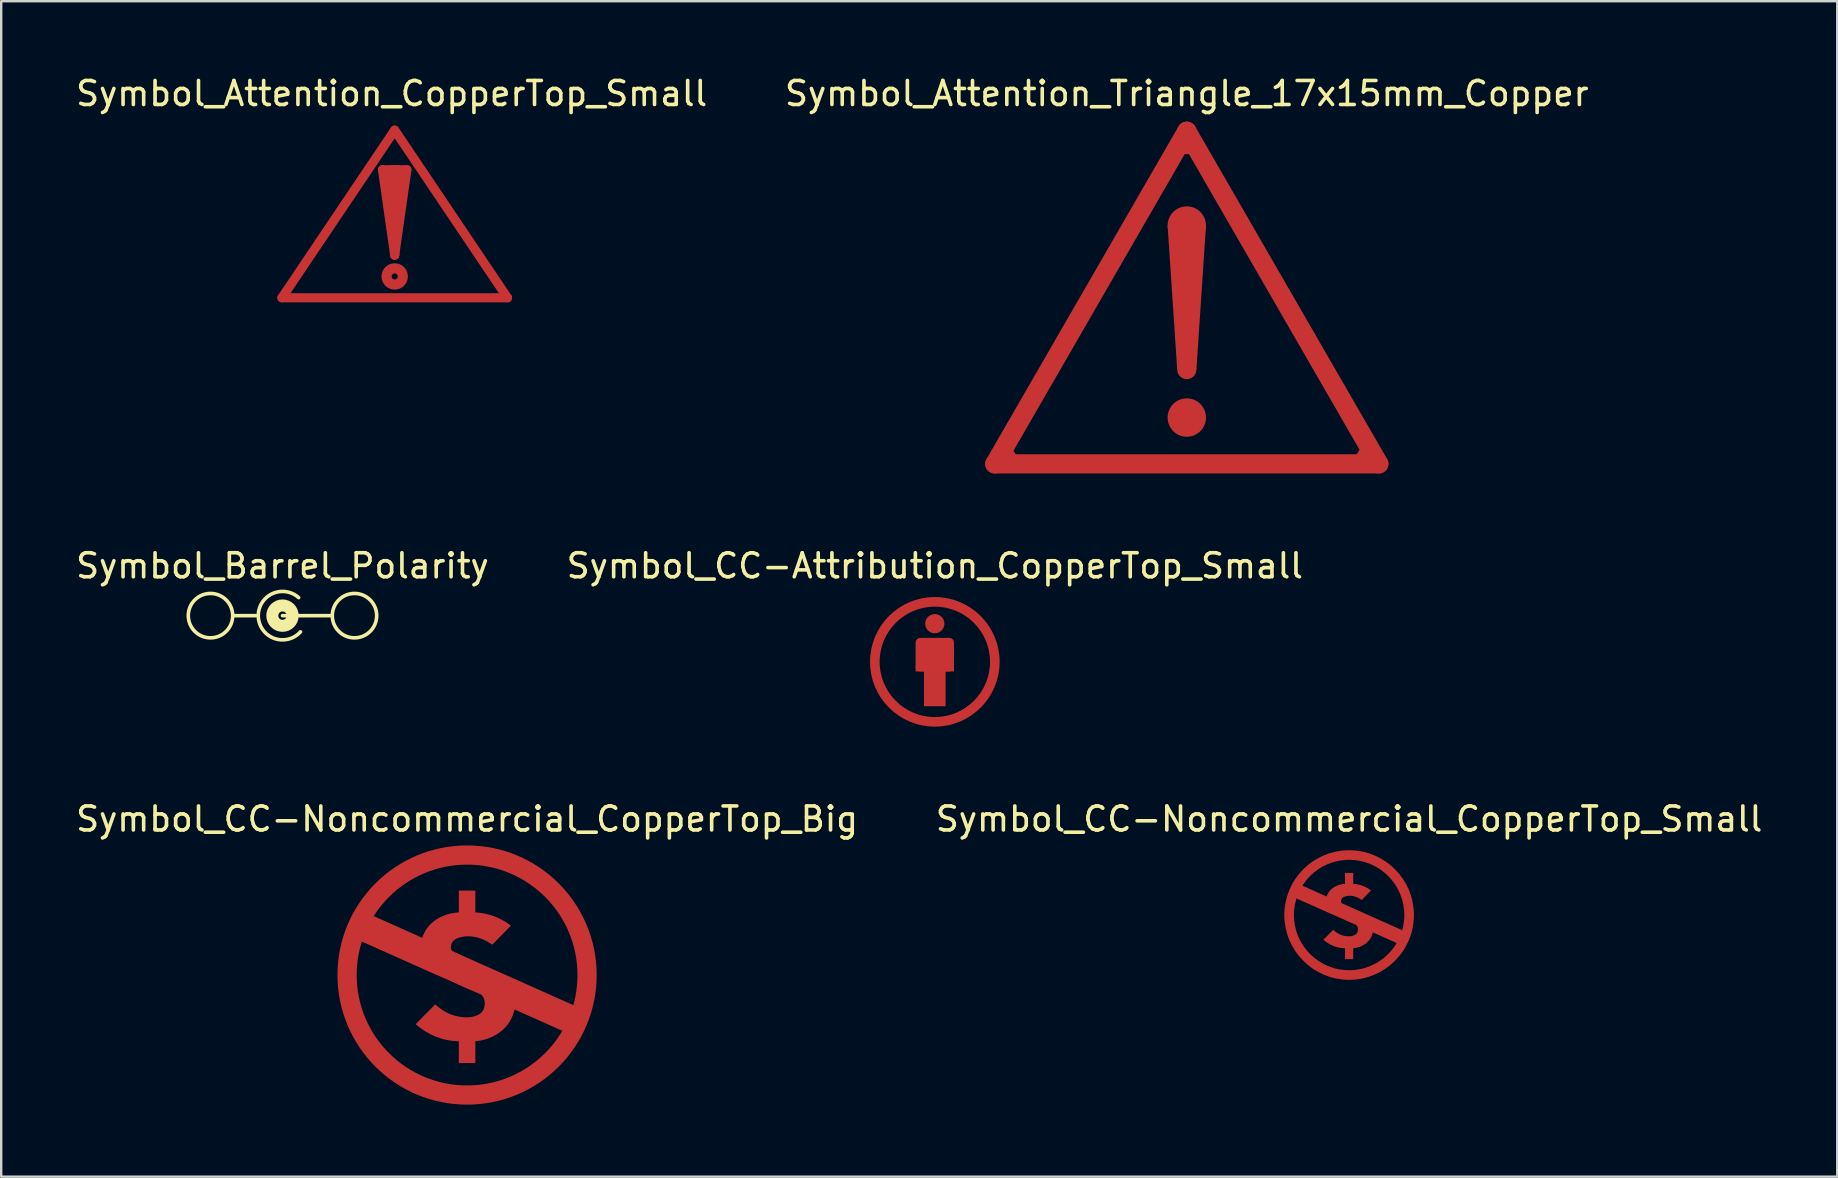
<source format=kicad_pcb>
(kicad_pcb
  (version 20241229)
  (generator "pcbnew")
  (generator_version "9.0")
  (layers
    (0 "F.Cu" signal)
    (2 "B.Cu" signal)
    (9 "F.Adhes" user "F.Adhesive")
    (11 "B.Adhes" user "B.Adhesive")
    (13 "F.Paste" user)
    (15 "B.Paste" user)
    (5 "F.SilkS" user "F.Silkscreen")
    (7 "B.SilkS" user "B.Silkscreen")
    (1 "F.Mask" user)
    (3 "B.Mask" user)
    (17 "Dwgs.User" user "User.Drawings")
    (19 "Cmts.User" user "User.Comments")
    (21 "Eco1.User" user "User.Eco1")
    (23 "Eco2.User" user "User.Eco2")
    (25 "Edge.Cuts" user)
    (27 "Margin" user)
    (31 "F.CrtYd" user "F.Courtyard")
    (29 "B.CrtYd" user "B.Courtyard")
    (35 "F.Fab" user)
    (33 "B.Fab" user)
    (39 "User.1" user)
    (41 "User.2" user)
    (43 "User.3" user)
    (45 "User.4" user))
  (footprint "Symbol_CC-Noncommercial_CopperTop_Big"
    (layer "F.Cu")
    (at 16.411 37.575)
    (property "Reference" "Symbol_CC-Noncommercial_CopperTop_Big" (at 0 -6.5 0) (layer "F.SilkS") (effects (font (size 1 1) (thickness 0.15))))
    (attr board_only exclude_from_pos_files exclude_from_bom allow_missing_courtyard)
    (fp_circle (center 0 0) (end 5 0) (stroke (width 0.8) (type default)) (fill no) (layer "F.Cu"))
    (fp_poly (pts (xy 0.344 -2.609) (xy 0.446 -2.602) (xy 0.546 -2.591) (xy 0.645 -2.576) (xy 0.743 -2.558) (xy 0.839 -2.537) (xy 0.935 -2.511) (xy 1.029 -2.482) (xy 1.122 -2.45) (xy 1.214 -2.414) (xy 1.305 -2.374) (xy 1.395 -2.33) (xy 1.483 -2.283) (xy 1.571 -2.233) (xy 1.657 -2.178) (xy 1.742 -2.12) (xy 1.826 -2.058) (xy 1.053 -1.265) (xy 0.991 -1.307) (xy 0.929 -1.347) (xy 0.866 -1.383) (xy 0.803 -1.417) (xy 0.74 -1.449) (xy 0.677 -1.477) (xy 0.614 -1.503) (xy 0.551 -1.527) (xy 0.487 -1.547) (xy 0.423 -1.565) (xy 0.359 -1.58) (xy 0.295 -1.592) (xy 0.231 -1.602) (xy 0.167 -1.608) (xy 0.102 -1.612) (xy 0.037 -1.614) (xy 0.003 -1.613) (xy -0.031 -1.612) (xy -0.064 -1.61) (xy -0.097 -1.607) (xy -0.129 -1.603) (xy -0.161 -1.599) (xy -0.192 -1.593) (xy -0.223 -1.587) (xy -0.254 -1.58) (xy -0.284 -1.572) (xy -0.313 -1.564) (xy -0.343 -1.554) (xy -0.371 -1.544) (xy -0.399 -1.533) (xy -0.427 -1.521) (xy -0.455 -1.508) (xy -0.468 -1.501) (xy -0.481 -1.494) (xy -0.493 -1.487) (xy -0.505 -1.479) (xy -0.517 -1.471) (xy -0.528 -1.463) (xy -0.539 -1.455) (xy -0.549 -1.446) (xy -0.559 -1.437) (xy -0.569 -1.427) (xy -0.578 -1.418) (xy -0.587 -1.408) (xy -0.595 -1.398) (xy -0.603 -1.387) (xy -0.61 -1.376) (xy -0.617 -1.365) (xy -0.624 -1.354) (xy -0.63 -1.342) (xy -0.636 -1.33) (xy -0.641 -1.318) (xy -0.646 -1.305) (xy -0.65 -1.292) (xy -0.654 -1.279) (xy -0.658 -1.266) (xy -0.661 -1.252) (xy -0.664 -1.238) (xy -0.666 -1.224) (xy -0.668 -1.209) (xy -0.67 -1.194) (xy -0.671 -1.179) (xy -0.672 -1.148) (xy -0.671 -1.139) (xy -0.671 -1.13) (xy -0.67 -1.12) (xy -0.668 -1.111) (xy -0.666 -1.102) (xy -0.664 -1.093) (xy -0.662 -1.083) (xy -0.658 -1.074) (xy -0.655 -1.065) (xy -0.651 -1.056) (xy -0.647 -1.046) (xy -0.642 -1.037) (xy -0.637 -1.028) (xy -0.631 -1.019) (xy -0.625 -1.009) (xy -0.619 -1) (xy 0.133 -0.661) (xy 0.651 -0.428) (xy 1.604 -0.005) (xy 4.641 1.35) (xy 4.207 2.429) (xy 1.974 1.434) (xy 1.958 1.503) (xy 1.939 1.571) (xy 1.918 1.637) (xy 1.894 1.702) (xy 1.868 1.765) (xy 1.839 1.826) (xy 1.808 1.885) (xy 1.774 1.943) (xy 1.737 2) (xy 1.698 2.055) (xy 1.656 2.108) (xy 1.611 2.159) (xy 1.564 2.209) (xy 1.515 2.258) (xy 1.462 2.304) (xy 1.408 2.349) (xy 1.351 2.392) (xy 1.292 2.433) (xy 1.233 2.472) (xy 1.172 2.508) (xy 1.11 2.541) (xy 1.047 2.573) (xy 0.982 2.602) (xy 0.916 2.629) (xy 0.849 2.653) (xy 0.781 2.675) (xy 0.711 2.694) (xy 0.64 2.712) (xy 0.568 2.726) (xy 0.495 2.739) (xy 0.42 2.749) (xy 0.344 2.757) (xy 0.344 3.667) (xy -0.344 3.667) (xy -0.344 2.757) (xy -0.467 2.753) (xy -0.588 2.744) (xy -0.707 2.729) (xy -0.826 2.709) (xy -0.943 2.683) (xy -1.059 2.652) (xy -1.173 2.616) (xy -1.286 2.575) (xy -1.398 2.528) (xy -1.508 2.475) (xy -1.618 2.417) (xy -1.725 2.354) (xy -1.832 2.286) (xy -1.937 2.212) (xy -2.041 2.133) (xy -2.143 2.048) (xy -1.328 1.223) (xy -1.255 1.288) (xy -1.18 1.349) (xy -1.105 1.406) (xy -1.028 1.459) (xy -0.949 1.507) (xy -0.87 1.551) (xy -0.789 1.591) (xy -0.707 1.627) (xy -0.623 1.659) (xy -0.539 1.686) (xy -0.453 1.709) (xy -0.366 1.728) (xy -0.278 1.743) (xy -0.188 1.754) (xy -0.097 1.76) (xy -0.005 1.762) (xy 0.033 1.761) (xy 0.07 1.76) (xy 0.106 1.757) (xy 0.142 1.753) (xy 0.178 1.749) (xy 0.212 1.743) (xy 0.246 1.736) (xy 0.279 1.728) (xy 0.311 1.719) (xy 0.343 1.708) (xy 0.374 1.697) (xy 0.404 1.685) (xy 0.434 1.671) (xy 0.463 1.657) (xy 0.491 1.641) (xy 0.519 1.624) (xy 0.532 1.616) (xy 0.545 1.607) (xy 0.557 1.597) (xy 0.57 1.587) (xy 0.581 1.577) (xy 0.592 1.567) (xy 0.603 1.556) (xy 0.614 1.545) (xy 0.624 1.533) (xy 0.633 1.521) (xy 0.642 1.509) (xy 0.651 1.496) (xy 0.659 1.483) (xy 0.667 1.47) (xy 0.674 1.456) (xy 0.681 1.442) (xy 0.688 1.428) (xy 0.694 1.413) (xy 0.7 1.398) (xy 0.705 1.382) (xy 0.71 1.367) (xy 0.715 1.35) (xy 0.719 1.334) (xy 0.722 1.317) (xy 0.728 1.282) (xy 0.732 1.246) (xy 0.735 1.208) (xy 0.736 1.169) (xy 0.735 1.142) (xy 0.733 1.115) (xy 0.73 1.089) (xy 0.726 1.063) (xy 0.72 1.039) (xy 0.713 1.014) (xy 0.705 0.991) (xy 0.696 0.968) (xy 0.685 0.946) (xy 0.674 0.925) (xy 0.661 0.904) (xy 0.646 0.884) (xy 0.631 0.864) (xy 0.614 0.845) (xy 0.596 0.827) (xy 0.577 0.809) (xy 0.005 0.566) (xy -0.693 0.248) (xy -1.635 -0.165) (xy -4.662 -1.519) (xy -4.133 -2.566) (xy -1.868 -1.55) (xy -1.848 -1.608) (xy -1.827 -1.664) (xy -1.803 -1.719) (xy -1.777 -1.772) (xy -1.749 -1.823) (xy -1.719 -1.874) (xy -1.687 -1.922) (xy -1.653 -1.97) (xy -1.617 -2.016) (xy -1.579 -2.06) (xy -1.539 -2.103) (xy -1.497 -2.145) (xy -1.452 -2.185) (xy -1.406 -2.223) (xy -1.357 -2.261) (xy -1.307 -2.296) (xy -1.255 -2.331) (xy -1.201 -2.363) (xy -1.147 -2.393) (xy -1.092 -2.421) (xy -1.035 -2.447) (xy -0.978 -2.472) (xy -0.919 -2.494) (xy -0.86 -2.515) (xy -0.799 -2.533) (xy -0.737 -2.55) (xy -0.674 -2.564) (xy -0.61 -2.577) (xy -0.545 -2.588) (xy -0.479 -2.597) (xy -0.412 -2.604) (xy -0.344 -2.609) (xy -0.344 -3.519) (xy 0.344 -3.519)) (stroke (width 0) (type solid)) (fill yes) (layer "F.Cu")))
  (footprint "Symbol_Attention_CopperTop_Small"
    (layer "F.Cu")
    (at 13.395 6.563)
    (property "Reference" "Symbol_Attention_CopperTop_Small" (at -0.127 -5.715 0) (layer "F.SilkS") (effects (font (size 1 1) (thickness 0.15))))
    (attr exclude_from_pos_files exclude_from_bom)
    (fp_line (start -4.699 2.794) (end 0 -4.191) (stroke (width 0.381) (type solid)) (layer "F.Cu"))
    (fp_line (start -0.508 -2.54) (end 0 -2.54) (stroke (width 0.381) (type solid)) (layer "F.Cu"))
    (fp_line (start 0 -4.191) (end 4.699 2.794) (stroke (width 0.381) (type solid)) (layer "F.Cu"))
    (fp_line (start 0 -2.54) (end 0.508 -2.54) (stroke (width 0.381) (type solid)) (layer "F.Cu"))
    (fp_line (start 0 0.889) (end 0.127 -2.54) (stroke (width 0.381) (type solid)) (layer "F.Cu"))
    (fp_line (start 0 1.016) (end -0.508 -2.54) (stroke (width 0.381) (type solid)) (layer "F.Cu"))
    (fp_line (start 0 1.016) (end -0.127 -2.54) (stroke (width 0.381) (type solid)) (layer "F.Cu"))
    (fp_line (start 0.508 -2.54) (end 0 1.016) (stroke (width 0.381) (type solid)) (layer "F.Cu"))
    (fp_line (start 4.699 2.794) (end -4.699 2.794) (stroke (width 0.381) (type solid)) (layer "F.Cu"))
    (fp_circle (center 0 1.905) (end 0 2.032) (stroke (width 0.381) (type solid)) (fill no) (layer "F.Cu"))
    (fp_circle (center 0 1.905) (end 0.254 2.159) (stroke (width 0.381) (type solid)) (fill no) (layer "F.Cu")))
  (footprint "Symbol_Barrel_Polarity"
    (layer "F.Cu")
    (at 8.72 22.526)
    (property "Reference" "Symbol_Barrel_Polarity" (at 0 -2 0) (layer "F.SilkS") (effects (font (size 1 1) (thickness 0.15))))
    (attr board_only exclude_from_pos_files exclude_from_bom allow_missing_courtyard)
    (fp_line (start -2 0.075) (end -1.1 0.075) (stroke (width 0.15) (type solid)) (layer "F.SilkS"))
    (fp_line (start 0 0.075) (end 2 0.075) (stroke (width 0.15) (type solid)) (layer "F.SilkS"))
    (fp_arc (start 0.75 0.75) (mid -1.007627 0.128033) (end 0.675 -0.675) (stroke (width 0.15) (type solid)) (layer "F.SilkS"))
    (fp_circle (center -3 0.075) (end -3 1) (stroke (width 0.15) (type solid)) (fill no) (layer "F.SilkS"))
    (fp_circle (center 0 0.075) (end 0 0.25) (stroke (width 0.5) (type solid)) (fill no) (layer "F.SilkS"))
    (fp_circle (center 3 0.075) (end 3 1) (stroke (width 0.15) (type solid)) (fill no) (layer "F.SilkS")))
  (footprint "Symbol_CC-Attribution_CopperTop_Small"
    (layer "F.Cu")
    (at 35.899 24.526)
    (property "Reference" "Symbol_CC-Attribution_CopperTop_Small" (at 0 -4 0) (layer "F.SilkS") (effects (font (size 1 1) (thickness 0.15))))
    (attr board_only exclude_from_pos_files exclude_from_bom allow_missing_courtyard)
    (fp_rect (start -0.8 0.2) (end 0.8 0.4) (stroke (width 0) (type solid)) (fill yes) (layer "F.Cu"))
    (fp_rect (start -0.6 -0.8) (end 0.6 0.2) (stroke (width 0.4) (type solid)) (fill yes) (layer "F.Cu"))
    (fp_rect (start -0.45 0) (end 0.45 1.85) (stroke (width 0) (type solid)) (fill yes) (layer "F.Cu"))
    (fp_circle (center 0 -1.59) (end 0.3 -1.59) (stroke (width 0.2) (type solid)) (fill yes) (layer "F.Cu"))
    (fp_circle (center 0.001 0) (end 2.501 0) (stroke (width 0.4) (type default)) (fill no) (layer "F.Cu")))
  (footprint "Symbol_Attention_Triangle_17x15mm_Copper"
    (layer "F.Cu")
    (at 46.399 9.348)
    (property "Reference" "Symbol_Attention_Triangle_17x15mm_Copper" (at 0 -8.5 0) (layer "F.SilkS") (effects (font (size 1 1) (thickness 0.15))))
    (attr board_only exclude_from_pos_files exclude_from_bom allow_missing_courtyard)
    (fp_line (start -8 6.93) (end 0 -6.93) (stroke (width 0.8) (type solid)) (layer "F.Cu"))
    (fp_line (start -7.137 6.705) (end -7.403 6.295) (stroke (width 0.2) (type default)) (layer "F.Cu"))
    (fp_line (start -0.27 -6.08) (end 0.25 -6.08) (stroke (width 0.2) (type default)) (layer "F.Cu"))
    (fp_line (start 7.097 6.685) (end 7.363 6.275) (stroke (width 0.2) (type default)) (layer "F.Cu"))
    (fp_line (start 8 6.93) (end -8 6.93) (stroke (width 0.8) (type solid)) (layer "F.Cu"))
    (fp_line (start 8 6.93) (end 0 -6.93) (stroke (width 0.8) (type solid)) (layer "F.Cu"))
    (fp_line (start 8 6.93) (end 7.55 6.15) (stroke (width 0.2) (type default)) (layer "F.Cu"))
    (fp_circle (center 0 -3) (end 0.8 -3) (stroke (width 0) (type solid)) (fill yes) (layer "F.Cu"))
    (fp_circle (center 0 3) (end 0.4 3) (stroke (width 0) (type solid)) (fill yes) (layer "F.Cu"))
    (fp_circle (center 0 5) (end 0.8 5) (stroke (width 0) (type solid)) (fill yes) (layer "F.Cu"))
    (fp_poly (pts (xy -0.4 3) (xy 0.4 3) (xy 0.8 -3) (xy -0.8 -3)) (stroke (width 0) (type solid)) (fill yes) (layer "F.Cu")))
  (footprint "Symbol_CC-Noncommercial_CopperTop_Small"
    (layer "F.Cu")
    (at 53.161 35.075)
    (property "Reference" "Symbol_CC-Noncommercial_CopperTop_Small" (at 0 -4 0) (layer "F.SilkS") (effects (font (size 1 1) (thickness 0.15))))
    (attr board_only exclude_from_pos_files exclude_from_bom allow_missing_courtyard)
    (fp_circle (center 0.001 0) (end 2.501 0) (stroke (width 0.4) (type default)) (fill no) (layer "F.Cu"))
    (fp_poly (pts (xy 0.172 -1.299) (xy 0.222 -1.296) (xy 0.272 -1.29) (xy 0.322 -1.283) (xy 0.371 -1.274) (xy 0.419 -1.263) (xy 0.467 -1.25) (xy 0.514 -1.236) (xy 0.561 -1.22) (xy 0.607 -1.202) (xy 0.652 -1.182) (xy 0.697 -1.16) (xy 0.741 -1.136) (xy 0.785 -1.111) (xy 0.828 -1.084) (xy 0.871 -1.055) (xy 0.912 -1.024) (xy 0.526 -0.627) (xy 0.495 -0.648) (xy 0.464 -0.668) (xy 0.432 -0.686) (xy 0.401 -0.703) (xy 0.37 -0.719) (xy 0.338 -0.733) (xy 0.306 -0.746) (xy 0.275 -0.758) (xy 0.243 -0.768) (xy 0.211 -0.777) (xy 0.179 -0.785) (xy 0.147 -0.791) (xy 0.115 -0.795) (xy 0.083 -0.799) (xy 0.051 -0.801) (xy 0.018 -0.802) (xy 0.001 -0.801) (xy -0.016 -0.801) (xy -0.032 -0.8) (xy -0.049 -0.798) (xy -0.065 -0.796) (xy -0.081 -0.794) (xy -0.097 -0.791) (xy -0.112 -0.788) (xy -0.127 -0.785) (xy -0.142 -0.781) (xy -0.157 -0.777) (xy -0.172 -0.772) (xy -0.186 -0.767) (xy -0.2 -0.761) (xy -0.214 -0.755) (xy -0.228 -0.749) (xy -0.235 -0.745) (xy -0.241 -0.742) (xy -0.247 -0.738) (xy -0.253 -0.734) (xy -0.259 -0.73) (xy -0.265 -0.726) (xy -0.27 -0.722) (xy -0.275 -0.718) (xy -0.28 -0.713) (xy -0.285 -0.708) (xy -0.29 -0.704) (xy -0.294 -0.699) (xy -0.298 -0.694) (xy -0.302 -0.688) (xy -0.306 -0.683) (xy -0.309 -0.677) (xy -0.313 -0.672) (xy -0.316 -0.666) (xy -0.318 -0.66) (xy -0.321 -0.654) (xy -0.324 -0.647) (xy -0.326 -0.641) (xy -0.328 -0.634) (xy -0.33 -0.628) (xy -0.331 -0.621) (xy -0.333 -0.614) (xy -0.334 -0.607) (xy -0.335 -0.599) (xy -0.335 -0.592) (xy -0.336 -0.584) (xy -0.336 -0.569) (xy -0.336 -0.564) (xy -0.336 -0.56) (xy -0.335 -0.555) (xy -0.335 -0.55) (xy -0.334 -0.546) (xy -0.333 -0.541) (xy -0.331 -0.536) (xy -0.33 -0.532) (xy -0.328 -0.527) (xy -0.326 -0.523) (xy -0.324 -0.518) (xy -0.322 -0.513) (xy -0.319 -0.509) (xy -0.316 -0.504) (xy -0.313 -0.499) (xy -0.31 -0.495) (xy 0.066 -0.325) (xy 0.325 -0.209) (xy 0.801 0.003) (xy 2.32 0.68) (xy 2.103 1.22) (xy 0.986 0.722) (xy 0.978 0.757) (xy 0.969 0.791) (xy 0.959 0.824) (xy 0.947 0.856) (xy 0.934 0.888) (xy 0.919 0.918) (xy 0.903 0.948) (xy 0.886 0.977) (xy 0.868 1.005) (xy 0.848 1.033) (xy 0.827 1.059) (xy 0.805 1.085) (xy 0.782 1.11) (xy 0.757 1.134) (xy 0.731 1.157) (xy 0.703 1.18) (xy 0.675 1.201) (xy 0.646 1.222) (xy 0.616 1.241) (xy 0.586 1.259) (xy 0.554 1.276) (xy 0.523 1.292) (xy 0.491 1.306) (xy 0.458 1.32) (xy 0.424 1.332) (xy 0.39 1.343) (xy 0.355 1.352) (xy 0.32 1.361) (xy 0.283 1.368) (xy 0.247 1.375) (xy 0.209 1.38) (xy 0.171 1.384) (xy 0.171 1.839) (xy -0.173 1.839) (xy -0.173 1.384) (xy -0.234 1.382) (xy -0.294 1.377) (xy -0.354 1.37) (xy -0.413 1.36) (xy -0.472 1.347) (xy -0.53 1.331) (xy -0.587 1.313) (xy -0.644 1.293) (xy -0.7 1.269) (xy -0.755 1.243) (xy -0.809 1.214) (xy -0.863 1.182) (xy -0.916 1.148) (xy -0.969 1.111) (xy -1.021 1.072) (xy -1.072 1.029) (xy -0.665 0.617) (xy -0.628 0.649) (xy -0.591 0.68) (xy -0.553 0.708) (xy -0.514 0.735) (xy -0.475 0.759) (xy -0.435 0.781) (xy -0.395 0.801) (xy -0.354 0.819) (xy -0.312 0.835) (xy -0.27 0.848) (xy -0.227 0.86) (xy -0.184 0.869) (xy -0.139 0.877) (xy -0.095 0.882) (xy -0.049 0.885) (xy -0.003 0.886) (xy 0.016 0.886) (xy 0.034 0.885) (xy 0.053 0.884) (xy 0.071 0.882) (xy 0.088 0.88) (xy 0.105 0.877) (xy 0.122 0.873) (xy 0.139 0.869) (xy 0.155 0.865) (xy 0.171 0.859) (xy 0.187 0.854) (xy 0.202 0.848) (xy 0.216 0.841) (xy 0.231 0.834) (xy 0.245 0.826) (xy 0.259 0.817) (xy 0.265 0.813) (xy 0.272 0.809) (xy 0.278 0.804) (xy 0.284 0.799) (xy 0.29 0.794) (xy 0.296 0.789) (xy 0.301 0.783) (xy 0.306 0.778) (xy 0.311 0.772) (xy 0.316 0.766) (xy 0.321 0.76) (xy 0.325 0.753) (xy 0.329 0.747) (xy 0.333 0.74) (xy 0.337 0.733) (xy 0.34 0.726) (xy 0.343 0.719) (xy 0.347 0.712) (xy 0.349 0.704) (xy 0.352 0.696) (xy 0.354 0.689) (xy 0.357 0.68) (xy 0.359 0.672) (xy 0.361 0.664) (xy 0.364 0.646) (xy 0.366 0.628) (xy 0.367 0.609) (xy 0.367 0.59) (xy 0.367 0.576) (xy 0.366 0.563) (xy 0.365 0.55) (xy 0.362 0.537) (xy 0.36 0.525) (xy 0.356 0.512) (xy 0.352 0.501) (xy 0.347 0.489) (xy 0.342 0.478) (xy 0.336 0.468) (xy 0.33 0.457) (xy 0.323 0.447) (xy 0.315 0.437) (xy 0.306 0.428) (xy 0.297 0.419) (xy 0.288 0.41) (xy 0.002 0.288) (xy -0.347 0.129) (xy -0.818 -0.077) (xy -2.331 -0.754) (xy -2.067 -1.278) (xy -0.934 -0.77) (xy -0.925 -0.799) (xy -0.914 -0.827) (xy -0.902 -0.854) (xy -0.889 -0.881) (xy -0.875 -0.906) (xy -0.86 -0.932) (xy -0.844 -0.956) (xy -0.827 -0.98) (xy -0.809 -1.003) (xy -0.79 -1.025) (xy -0.77 -1.046) (xy -0.749 -1.067) (xy -0.727 -1.087) (xy -0.703 -1.106) (xy -0.679 -1.125) (xy -0.654 -1.143) (xy -0.628 -1.16) (xy -0.601 -1.176) (xy -0.574 -1.191) (xy -0.546 -1.205) (xy -0.518 -1.218) (xy -0.49 -1.231) (xy -0.46 -1.242) (xy -0.43 -1.252) (xy -0.4 -1.261) (xy -0.369 -1.27) (xy -0.338 -1.277) (xy -0.306 -1.283) (xy -0.273 -1.289) (xy -0.24 -1.293) (xy -0.207 -1.297) (xy -0.172 -1.299) (xy -0.172 -1.754) (xy 0.172 -1.754)) (stroke (width 0) (type solid)) (fill yes) (layer "F.Cu")))
  (gr_rect
    (start -3 -3)
    (end 73.5 45.975)
    (stroke (width 0.1) (type default))
    (fill no)
    (layer "Edge.Cuts")))
</source>
